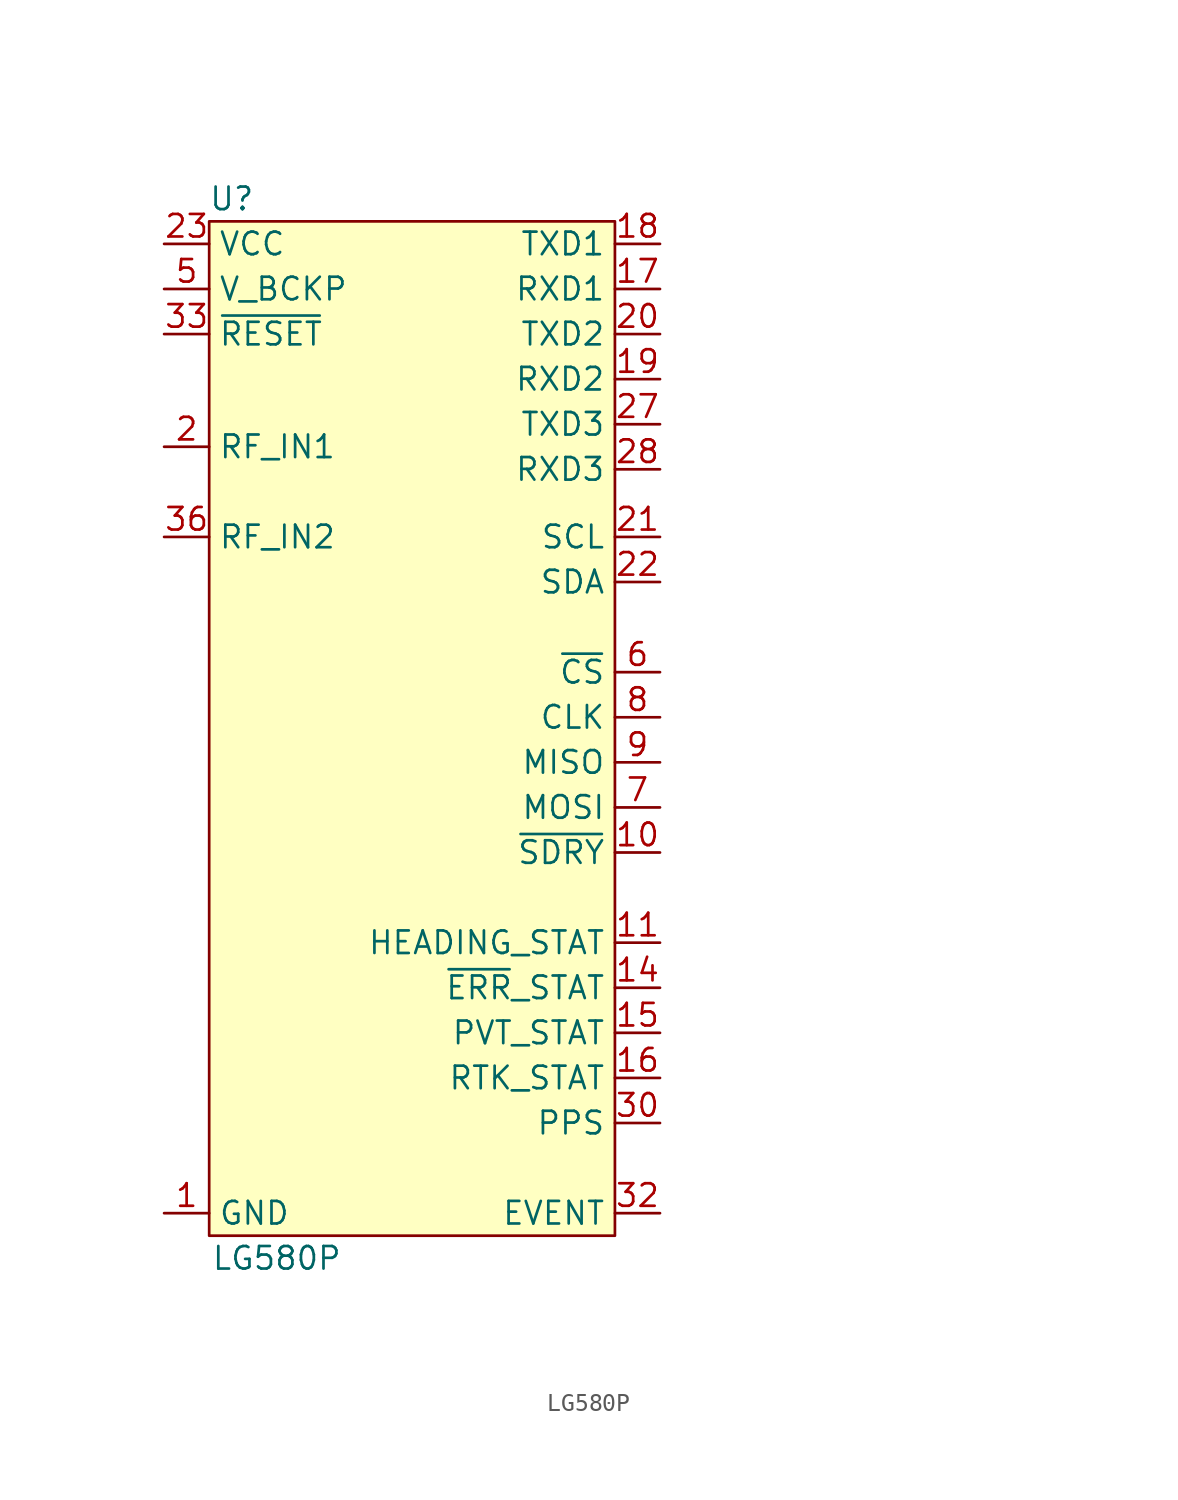
<source format=kicad_sym>
(kicad_symbol_lib
  (version 20231120)
  (generator "kicad_symbol_editor")
  (generator_version "8.0")
  (symbol "LG580P"
    (property "Reference" "U"
      (at -10.16 30.48 0)
      (effects (font (size 1.27 1.27))))
    (property "Value" "LG580P"
      (at -7.62 -29.21 0)
      (effects (font (size 1.27 1.27))))
    (symbol "LG580P_1_1"
      (rectangle (start -11.43 29.21) (end 11.43 -27.94) (stroke (width 0) (type default)) (fill (type background)))
      (pin power_in line (at -13.97 -26.67 0) (length 2.54) (name "GND" (effects (font (size 1.27 1.27)))) (number "1" (effects (font (size 1.27 1.27)))) (alternate "PowerPins" input line))
      (pin output line (at 13.97 -6.35 180) (length 2.54) (name "~{SDRY}" (effects (font (size 1.27 1.27)))) (number "10" (effects (font (size 1.27 1.27)))))
      (pin output line (at 13.97 -11.43 180) (length 2.54) (name "HEADING_STAT" (effects (font (size 1.27 1.27)))) (number "11" (effects (font (size 1.27 1.27)))))
      (pin no_connect line (at 31.75 15.24 0) (length 2.54) hide (name "Reserved" (effects (font (size 1.27 1.27)))) (number "12" (effects (font (size 1.27 1.27)))))
      (pin no_connect line (at 31.75 12.7 0) (length 2.54) hide (name "Reserved" (effects (font (size 1.27 1.27)))) (number "13" (effects (font (size 1.27 1.27)))))
      (pin output line (at 13.97 -13.97 180) (length 2.54) (name "~{ERR}_STAT" (effects (font (size 1.27 1.27)))) (number "14" (effects (font (size 1.27 1.27)))))
      (pin output line (at 13.97 -16.51 180) (length 2.54) (name "PVT_STAT" (effects (font (size 1.27 1.27)))) (number "15" (effects (font (size 1.27 1.27)))))
      (pin output line (at 13.97 -19.05 180) (length 2.54) (name "RTK_STAT" (effects (font (size 1.27 1.27)))) (number "16" (effects (font (size 1.27 1.27)))))
      (pin input line (at 13.97 25.4 180) (length 2.54) (name "RXD1" (effects (font (size 1.27 1.27)))) (number "17" (effects (font (size 1.27 1.27)))))
      (pin output line (at 13.97 27.94 180) (length 2.54) (name "TXD1" (effects (font (size 1.27 1.27)))) (number "18" (effects (font (size 1.27 1.27)))))
      (pin input line (at 13.97 20.32 180) (length 2.54) (name "RXD2" (effects (font (size 1.27 1.27)))) (number "19" (effects (font (size 1.27 1.27)))))
      (pin input line (at -13.97 16.51 0) (length 2.54) (name "RF_IN1" (effects (font (size 1.27 1.27)))) (number "2" (effects (font (size 1.27 1.27)))))
      (pin output line (at 13.97 22.86 180) (length 2.54) (name "TXD2" (effects (font (size 1.27 1.27)))) (number "20" (effects (font (size 1.27 1.27)))))
      (pin bidirectional line (at 13.97 11.43 180) (length 2.54) (name "SCL" (effects (font (size 1.27 1.27)))) (number "21" (effects (font (size 1.27 1.27)))))
      (pin bidirectional line (at 13.97 8.89 180) (length 2.54) (name "SDA" (effects (font (size 1.27 1.27)))) (number "22" (effects (font (size 1.27 1.27)))))
      (pin power_in line (at -13.97 27.94 0) (length 2.54) (name "VCC" (effects (font (size 1.27 1.27)))) (number "23" (effects (font (size 1.27 1.27)))))
      (pin power_in line (at -13.97 27.94 0) (length 2.54) hide (name "VCC" (effects (font (size 1.27 1.27)))) (number "24" (effects (font (size 1.27 1.27)))))
      (pin no_connect line (at 31.75 10.16 0) (length 2.54) hide (name "Reserved" (effects (font (size 1.27 1.27)))) (number "25" (effects (font (size 1.27 1.27)))))
      (pin no_connect line (at 31.75 7.62 0) (length 2.54) hide (name "Reserved" (effects (font (size 1.27 1.27)))) (number "26" (effects (font (size 1.27 1.27)))))
      (pin output line (at 13.97 17.78 180) (length 2.54) (name "TXD3" (effects (font (size 1.27 1.27)))) (number "27" (effects (font (size 1.27 1.27)))))
      (pin input line (at 13.97 15.24 180) (length 2.54) (name "RXD3" (effects (font (size 1.27 1.27)))) (number "28" (effects (font (size 1.27 1.27)))))
      (pin no_connect line (at 31.75 5.08 0) (length 2.54) hide (name "Reserved" (effects (font (size 1.27 1.27)))) (number "29" (effects (font (size 1.27 1.27)))))
      (pin power_in line (at -13.97 -26.67 0) (length 2.54) hide (name "GND" (effects (font (size 1.27 1.27)))) (number "3" (effects (font (size 1.27 1.27)))))
      (pin output line (at 13.97 -21.59 180) (length 2.54) (name "PPS" (effects (font (size 1.27 1.27)))) (number "30" (effects (font (size 1.27 1.27)))))
      (pin no_connect line (at 31.75 2.54 0) (length 2.54) hide (name "Reserved" (effects (font (size 1.27 1.27)))) (number "31" (effects (font (size 1.27 1.27)))))
      (pin input line (at 13.97 -26.67 180) (length 2.54) (name "EVENT" (effects (font (size 1.27 1.27)))) (number "32" (effects (font (size 1.27 1.27)))))
      (pin input line (at -13.97 22.86 0) (length 2.54) (name "~{RESET}" (effects (font (size 1.27 1.27)))) (number "33" (effects (font (size 1.27 1.27)))))
      (pin power_in line (at -13.97 -26.67 0) (length 2.54) hide (name "GND" (effects (font (size 1.27 1.27)))) (number "34" (effects (font (size 1.27 1.27)))))
      (pin power_in line (at -13.97 -26.67 0) (length 2.54) hide (name "GND" (effects (font (size 1.27 1.27)))) (number "35" (effects (font (size 1.27 1.27)))))
      (pin input line (at -13.97 11.43 0) (length 2.54) (name "RF_IN2" (effects (font (size 1.27 1.27)))) (number "36" (effects (font (size 1.27 1.27)))))
      (pin power_in line (at -13.97 -26.67 0) (length 2.54) hide (name "GND" (effects (font (size 1.27 1.27)))) (number "37" (effects (font (size 1.27 1.27)))))
      (pin no_connect line (at 31.75 0 0) (length 2.54) hide (name "Reserved" (effects (font (size 1.27 1.27)))) (number "38" (effects (font (size 1.27 1.27)))))
      (pin no_connect line (at 31.75 -2.54 0) (length 2.54) hide (name "Reserved" (effects (font (size 1.27 1.27)))) (number "39" (effects (font (size 1.27 1.27)))))
      (pin power_in line (at -13.97 -26.67 0) (length 2.54) hide (name "GND" (effects (font (size 1.27 1.27)))) (number "4" (effects (font (size 1.27 1.27)))))
      (pin no_connect line (at 31.75 -7.62 0) (length 2.54) hide (name "Reserved" (effects (font (size 1.27 1.27)))) (number "40" (effects (font (size 1.27 1.27)))))
      (pin power_in line (at -13.97 -26.67 0) (length 2.54) hide (name "GND" (effects (font (size 1.27 1.27)))) (number "41" (effects (font (size 1.27 1.27)))))
      (pin no_connect line (at 31.75 -5.08 0) (length 2.54) hide (name "Reserved" (effects (font (size 1.27 1.27)))) (number "42" (effects (font (size 1.27 1.27)))))
      (pin power_in line (at -13.97 -26.67 0) (length 2.54) hide (name "GND" (effects (font (size 1.27 1.27)))) (number "43" (effects (font (size 1.27 1.27)))))
      (pin no_connect line (at 31.75 -10.16 0) (length 2.54) hide (name "Reserved" (effects (font (size 1.27 1.27)))) (number "44" (effects (font (size 1.27 1.27)))))
      (pin power_in line (at -13.97 -26.67 0) (length 2.54) hide (name "GND" (effects (font (size 1.27 1.27)))) (number "45" (effects (font (size 1.27 1.27)))))
      (pin no_connect line (at 31.75 -12.7 0) (length 2.54) hide (name "Reserved" (effects (font (size 1.27 1.27)))) (number "46" (effects (font (size 1.27 1.27)))))
      (pin no_connect line (at 31.75 -15.24 0) (length 2.54) hide (name "Reserved" (effects (font (size 1.27 1.27)))) (number "47" (effects (font (size 1.27 1.27)))))
      (pin no_connect line (at 31.75 -17.78 0) (length 2.54) hide (name "Reserved" (effects (font (size 1.27 1.27)))) (number "48" (effects (font (size 1.27 1.27)))))
      (pin power_in line (at -13.97 -26.67 0) (length 2.54) hide (name "GND" (effects (font (size 1.27 1.27)))) (number "49" (effects (font (size 1.27 1.27)))))
      (pin power_in line (at -13.97 25.4 0) (length 2.54) (name "V_BCKP" (effects (font (size 1.27 1.27)))) (number "5" (effects (font (size 1.27 1.27)))))
      (pin input line (at 13.97 3.81 180) (length 2.54) (name "~{CS}" (effects (font (size 1.27 1.27)))) (number "6" (effects (font (size 1.27 1.27)))))
      (pin input line (at 13.97 -3.81 180) (length 2.54) (name "MOSI" (effects (font (size 1.27 1.27)))) (number "7" (effects (font (size 1.27 1.27)))))
      (pin input line (at 13.97 1.27 180) (length 2.54) (name "CLK" (effects (font (size 1.27 1.27)))) (number "8" (effects (font (size 1.27 1.27)))))
      (pin output line (at 13.97 -1.27 180) (length 2.54) (name "MISO" (effects (font (size 1.27 1.27)))) (number "9" (effects (font (size 1.27 1.27))))))))
</source>
